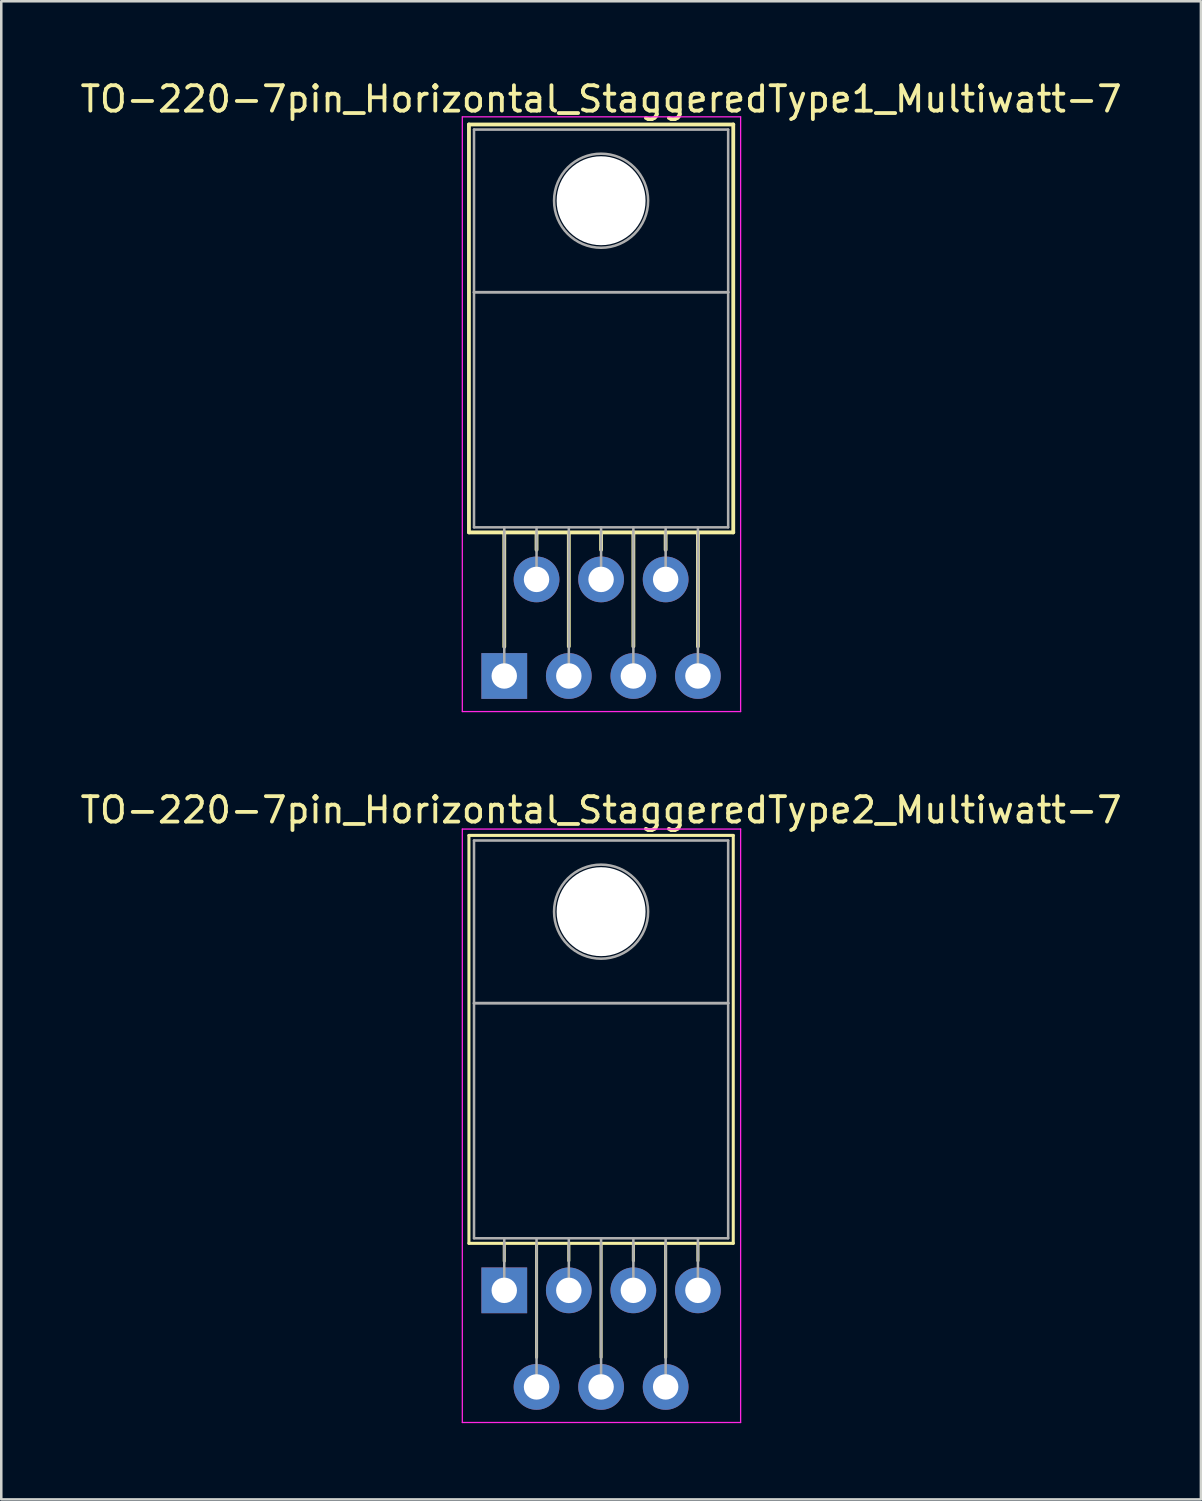
<source format=kicad_pcb>
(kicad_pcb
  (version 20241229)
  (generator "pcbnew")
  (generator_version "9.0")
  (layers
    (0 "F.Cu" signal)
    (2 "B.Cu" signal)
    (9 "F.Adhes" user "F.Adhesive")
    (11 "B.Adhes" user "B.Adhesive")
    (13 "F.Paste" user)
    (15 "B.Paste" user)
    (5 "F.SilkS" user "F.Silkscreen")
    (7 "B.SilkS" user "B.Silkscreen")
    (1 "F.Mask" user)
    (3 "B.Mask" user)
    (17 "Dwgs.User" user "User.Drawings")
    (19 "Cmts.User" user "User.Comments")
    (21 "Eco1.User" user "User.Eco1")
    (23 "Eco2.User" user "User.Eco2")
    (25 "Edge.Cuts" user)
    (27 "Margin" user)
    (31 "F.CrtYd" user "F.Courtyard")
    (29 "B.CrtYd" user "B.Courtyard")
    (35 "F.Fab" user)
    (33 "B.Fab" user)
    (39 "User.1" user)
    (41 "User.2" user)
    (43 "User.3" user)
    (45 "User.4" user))
  (footprint "TO-220-7pin_Horizontal_StaggeredType1_Multiwatt-7"
    (layer "F.Cu")
    (at 16.791 23.548)
    (property "Reference" "TO-220-7pin_Horizontal_StaggeredType1_Multiwatt-7" (at 3.81 -22.7 0) (layer "F.SilkS") (effects (font (size 1 1) (thickness 0.15))))
    (attr through_hole)
    (fp_line (start -1.39 -21.7) (end -1.39 -5.65) (stroke (width 0.15) (type solid)) (layer "F.SilkS"))
    (fp_line (start -1.39 -21.7) (end 9.01 -21.7) (stroke (width 0.15) (type solid)) (layer "F.SilkS"))
    (fp_line (start -1.39 -5.65) (end 9.01 -5.65) (stroke (width 0.15) (type solid)) (layer "F.SilkS"))
    (fp_line (start 0 -5.65) (end 0 -1.15) (stroke (width 0.15) (type solid)) (layer "F.SilkS"))
    (fp_line (start 1.27 -5.65) (end 1.27 -4.965) (stroke (width 0.15) (type solid)) (layer "F.SilkS"))
    (fp_line (start 2.54 -5.65) (end 2.54 -1.165) (stroke (width 0.15) (type solid)) (layer "F.SilkS"))
    (fp_line (start 3.81 -5.65) (end 3.81 -4.965) (stroke (width 0.15) (type solid)) (layer "F.SilkS"))
    (fp_line (start 5.08 -5.65) (end 5.08 -1.165) (stroke (width 0.15) (type solid)) (layer "F.SilkS"))
    (fp_line (start 6.35 -5.65) (end 6.35 -4.965) (stroke (width 0.15) (type solid)) (layer "F.SilkS"))
    (fp_line (start 7.62 -5.65) (end 7.62 -1.165) (stroke (width 0.15) (type solid)) (layer "F.SilkS"))
    (fp_line (start 9.01 -21.7) (end 9.01 -5.65) (stroke (width 0.15) (type solid)) (layer "F.SilkS"))
    (fp_line (start -1.65 -22) (end -1.65 1.4) (stroke (width 0.05) (type solid)) (layer "F.CrtYd"))
    (fp_line (start -1.65 1.4) (end 9.3 1.4) (stroke (width 0.05) (type solid)) (layer "F.CrtYd"))
    (fp_line (start 9.3 -22) (end -1.65 -22) (stroke (width 0.05) (type solid)) (layer "F.CrtYd"))
    (fp_line (start 9.3 1.4) (end 9.3 -22) (stroke (width 0.05) (type solid)) (layer "F.CrtYd"))
    (fp_line (start -1.19 -21.5) (end 8.81 -21.5) (stroke (width 0.1) (type solid)) (layer "F.Fab"))
    (fp_line (start -1.19 -15.1) (end -1.19 -21.5) (stroke (width 0.1) (type solid)) (layer "F.Fab"))
    (fp_line (start -1.19 -15.1) (end 8.81 -15.1) (stroke (width 0.1) (type solid)) (layer "F.Fab"))
    (fp_line (start -1.19 -5.85) (end -1.19 -15.1) (stroke (width 0.1) (type solid)) (layer "F.Fab"))
    (fp_line (start 0 -5.85) (end 0 0) (stroke (width 0.1) (type solid)) (layer "F.Fab"))
    (fp_line (start 1.27 -5.85) (end 1.27 -3.8) (stroke (width 0.1) (type solid)) (layer "F.Fab"))
    (fp_line (start 2.54 -5.85) (end 2.54 0) (stroke (width 0.1) (type solid)) (layer "F.Fab"))
    (fp_line (start 3.81 -5.85) (end 3.81 -3.8) (stroke (width 0.1) (type solid)) (layer "F.Fab"))
    (fp_line (start 5.08 -5.85) (end 5.08 0) (stroke (width 0.1) (type solid)) (layer "F.Fab"))
    (fp_line (start 6.35 -5.85) (end 6.35 -3.8) (stroke (width 0.1) (type solid)) (layer "F.Fab"))
    (fp_line (start 7.62 -5.85) (end 7.62 0) (stroke (width 0.1) (type solid)) (layer "F.Fab"))
    (fp_line (start 8.81 -21.5) (end 8.81 -15.1) (stroke (width 0.1) (type solid)) (layer "F.Fab"))
    (fp_line (start 8.81 -15.1) (end -1.19 -15.1) (stroke (width 0.1) (type solid)) (layer "F.Fab"))
    (fp_line (start 8.81 -15.1) (end 8.81 -5.85) (stroke (width 0.1) (type solid)) (layer "F.Fab"))
    (fp_line (start 8.81 -5.85) (end -1.19 -5.85) (stroke (width 0.1) (type solid)) (layer "F.Fab"))
    (fp_circle (center 3.81 -18.7) (end 5.66 -18.7) (stroke (width 0.1) (type solid)) (fill no) (layer "F.Fab"))
    (pad "" np_thru_hole oval (at 3.81 -18.7) (size 3.5 3.5) (drill 3.5) (layers "*.Cu" "*.Mask"))
    (pad "1" thru_hole rect (at 0 0) (size 1.8 1.8) (drill 1) (layers "*.Cu" "*.Mask"))
    (pad "2" thru_hole oval (at 1.27 -3.8) (size 1.8 1.8) (drill 1) (layers "*.Cu" "*.Mask"))
    (pad "3" thru_hole oval (at 2.54 0) (size 1.8 1.8) (drill 1) (layers "*.Cu" "*.Mask"))
    (pad "4" thru_hole oval (at 3.81 -3.8) (size 1.8 1.8) (drill 1) (layers "*.Cu" "*.Mask"))
    (pad "5" thru_hole oval (at 5.08 0) (size 1.8 1.8) (drill 1) (layers "*.Cu" "*.Mask"))
    (pad "6" thru_hole oval (at 6.35 -3.8) (size 1.8 1.8) (drill 1) (layers "*.Cu" "*.Mask"))
    (pad "7" thru_hole oval (at 7.62 0) (size 1.8 1.8) (drill 1) (layers "*.Cu" "*.Mask")))
  (footprint "TO-220-7pin_Horizontal_StaggeredType2_Multiwatt-7"
    (layer "F.Cu")
    (at 16.791 47.721)
    (property "Reference" "TO-220-7pin_Horizontal_StaggeredType2_Multiwatt-7" (at 3.81 -18.9 0) (layer "F.SilkS") (effects (font (size 1 1) (thickness 0.15))))
    (attr through_hole)
    (fp_line (start -1.39 -17.9) (end -1.39 -1.85) (stroke (width 0.12) (type solid)) (layer "F.SilkS"))
    (fp_line (start -1.39 -17.9) (end 9.01 -17.9) (stroke (width 0.12) (type solid)) (layer "F.SilkS"))
    (fp_line (start -1.39 -1.85) (end 9.01 -1.85) (stroke (width 0.12) (type solid)) (layer "F.SilkS"))
    (fp_line (start 0 -1.85) (end 0 -1.15) (stroke (width 0.12) (type solid)) (layer "F.SilkS"))
    (fp_line (start 1.27 -1.85) (end 1.27 2.635) (stroke (width 0.12) (type solid)) (layer "F.SilkS"))
    (fp_line (start 2.54 -1.85) (end 2.54 -1.165) (stroke (width 0.12) (type solid)) (layer "F.SilkS"))
    (fp_line (start 3.81 -1.85) (end 3.81 2.635) (stroke (width 0.12) (type solid)) (layer "F.SilkS"))
    (fp_line (start 5.08 -1.85) (end 5.08 -1.165) (stroke (width 0.12) (type solid)) (layer "F.SilkS"))
    (fp_line (start 6.35 -1.85) (end 6.35 2.635) (stroke (width 0.12) (type solid)) (layer "F.SilkS"))
    (fp_line (start 7.62 -1.85) (end 7.62 -1.165) (stroke (width 0.12) (type solid)) (layer "F.SilkS"))
    (fp_line (start 9.01 -17.9) (end 9.01 -1.85) (stroke (width 0.12) (type solid)) (layer "F.SilkS"))
    (fp_line (start -1.65 -18.15) (end -1.65 5.2) (stroke (width 0.05) (type solid)) (layer "F.CrtYd"))
    (fp_line (start -1.65 5.2) (end 9.3 5.2) (stroke (width 0.05) (type solid)) (layer "F.CrtYd"))
    (fp_line (start 9.3 -18.15) (end -1.65 -18.15) (stroke (width 0.05) (type solid)) (layer "F.CrtYd"))
    (fp_line (start 9.3 5.2) (end 9.3 -18.15) (stroke (width 0.05) (type solid)) (layer "F.CrtYd"))
    (fp_line (start -1.19 -17.7) (end 8.81 -17.7) (stroke (width 0.1) (type solid)) (layer "F.Fab"))
    (fp_line (start -1.19 -11.3) (end -1.19 -17.7) (stroke (width 0.1) (type solid)) (layer "F.Fab"))
    (fp_line (start -1.19 -11.3) (end 8.81 -11.3) (stroke (width 0.1) (type solid)) (layer "F.Fab"))
    (fp_line (start -1.19 -2.05) (end -1.19 -11.3) (stroke (width 0.1) (type solid)) (layer "F.Fab"))
    (fp_line (start 0 -2.05) (end 0 0) (stroke (width 0.1) (type solid)) (layer "F.Fab"))
    (fp_line (start 1.27 -2.05) (end 1.27 3.8) (stroke (width 0.1) (type solid)) (layer "F.Fab"))
    (fp_line (start 2.54 -2.05) (end 2.54 0) (stroke (width 0.1) (type solid)) (layer "F.Fab"))
    (fp_line (start 3.81 -2.05) (end 3.81 3.8) (stroke (width 0.1) (type solid)) (layer "F.Fab"))
    (fp_line (start 5.08 -2.05) (end 5.08 0) (stroke (width 0.1) (type solid)) (layer "F.Fab"))
    (fp_line (start 6.35 -2.05) (end 6.35 3.8) (stroke (width 0.1) (type solid)) (layer "F.Fab"))
    (fp_line (start 7.62 -2.05) (end 7.62 0) (stroke (width 0.1) (type solid)) (layer "F.Fab"))
    (fp_line (start 8.81 -17.7) (end 8.81 -11.3) (stroke (width 0.1) (type solid)) (layer "F.Fab"))
    (fp_line (start 8.81 -11.3) (end -1.19 -11.3) (stroke (width 0.1) (type solid)) (layer "F.Fab"))
    (fp_line (start 8.81 -11.3) (end 8.81 -2.05) (stroke (width 0.1) (type solid)) (layer "F.Fab"))
    (fp_line (start 8.81 -2.05) (end -1.19 -2.05) (stroke (width 0.1) (type solid)) (layer "F.Fab"))
    (fp_circle (center 3.81 -14.9) (end 5.66 -14.9) (stroke (width 0.1) (type solid)) (fill no) (layer "F.Fab"))
    (pad "" np_thru_hole oval (at 3.81 -14.9) (size 3.5 3.5) (drill 3.5) (layers "*.Cu" "*.Mask"))
    (pad "1" thru_hole rect (at 0 0) (size 1.8 1.8) (drill 1) (layers "*.Cu" "*.Mask"))
    (pad "2" thru_hole oval (at 1.27 3.8) (size 1.8 1.8) (drill 1) (layers "*.Cu" "*.Mask"))
    (pad "3" thru_hole oval (at 2.54 0) (size 1.8 1.8) (drill 1) (layers "*.Cu" "*.Mask"))
    (pad "4" thru_hole oval (at 3.81 3.8) (size 1.8 1.8) (drill 1) (layers "*.Cu" "*.Mask"))
    (pad "5" thru_hole oval (at 5.08 0) (size 1.8 1.8) (drill 1) (layers "*.Cu" "*.Mask"))
    (pad "6" thru_hole oval (at 6.35 3.8) (size 1.8 1.8) (drill 1) (layers "*.Cu" "*.Mask"))
    (pad "7" thru_hole oval (at 7.62 0) (size 1.8 1.8) (drill 1) (layers "*.Cu" "*.Mask")))
  (gr_rect
    (start -3 -3)
    (end 44.202 55.947)
    (stroke (width 0.1) (type default))
    (fill no)
    (layer "Edge.Cuts")))
</source>
